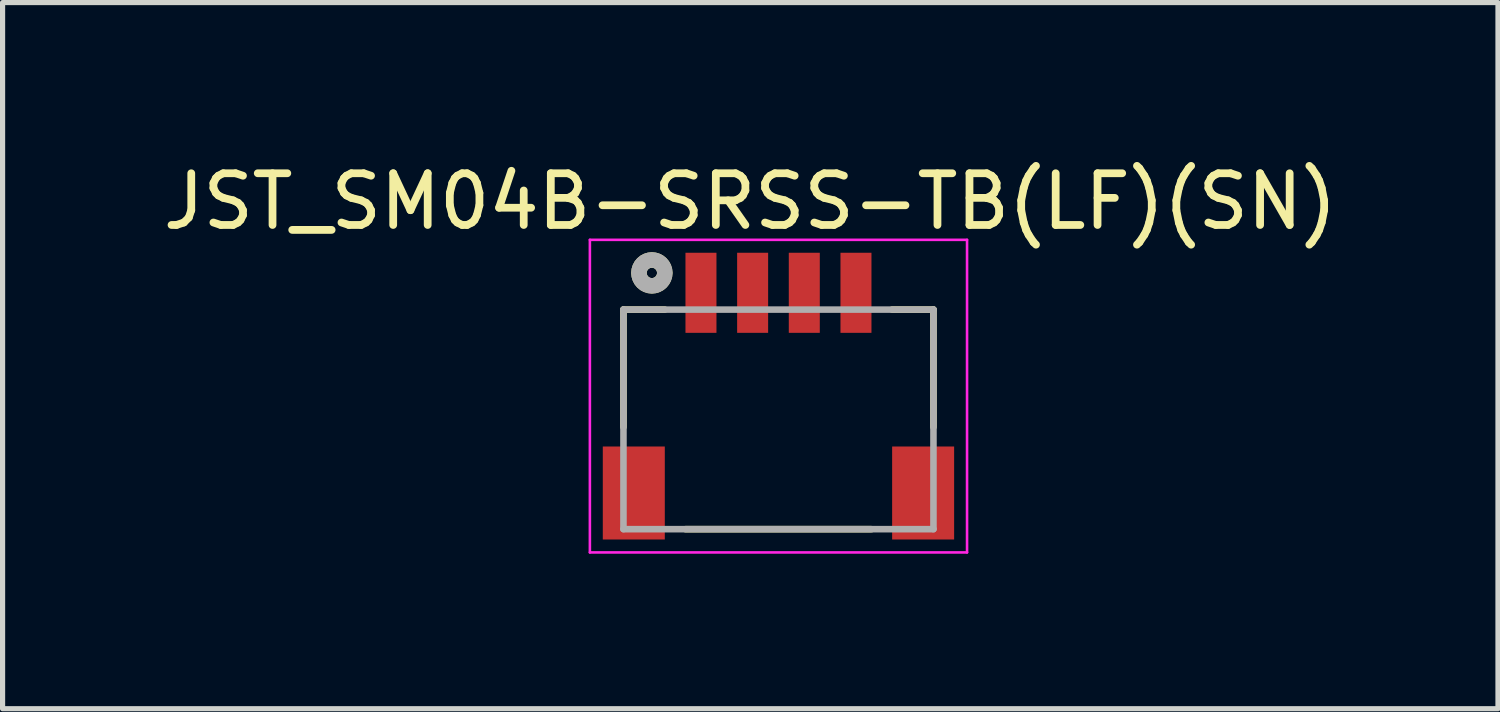
<source format=kicad_pcb>
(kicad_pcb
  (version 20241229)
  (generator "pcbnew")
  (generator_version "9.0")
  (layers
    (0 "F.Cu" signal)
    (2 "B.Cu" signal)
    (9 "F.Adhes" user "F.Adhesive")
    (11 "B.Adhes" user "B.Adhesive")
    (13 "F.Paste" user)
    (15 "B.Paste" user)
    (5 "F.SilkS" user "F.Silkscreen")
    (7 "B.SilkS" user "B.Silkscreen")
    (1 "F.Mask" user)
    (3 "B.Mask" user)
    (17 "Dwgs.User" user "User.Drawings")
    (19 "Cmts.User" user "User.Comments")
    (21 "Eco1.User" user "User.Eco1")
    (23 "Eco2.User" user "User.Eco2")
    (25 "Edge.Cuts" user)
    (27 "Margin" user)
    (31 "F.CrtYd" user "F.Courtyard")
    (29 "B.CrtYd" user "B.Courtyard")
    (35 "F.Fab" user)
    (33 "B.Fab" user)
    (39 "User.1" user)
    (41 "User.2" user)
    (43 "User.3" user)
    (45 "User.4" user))
  (footprint "JST_SM04B-SRSS-TB(LF)(SN)"
    (layer "F.Cu")
    (at 12.017 2.617)
    (property "Reference" "JST_SM04B-SRSS-TB(LF)(SN)" (at -0.545 -1.768 0) (layer "F.SilkS") (effects (font (size 1.001 1.001) (thickness 0.15))))
    (attr through_hole)
    (fp_line (start -3 0.325) (end -3 2.6) (stroke (width 0.127) (type solid)) (layer "F.SilkS"))
    (fp_line (start -2.2 0.325) (end -3 0.325) (stroke (width 0.127) (type solid)) (layer "F.SilkS"))
    (fp_line (start -1.8 4.575) (end 1.8 4.575) (stroke (width 0.127) (type solid)) (layer "F.SilkS"))
    (fp_line (start 2.2 0.325) (end 3 0.325) (stroke (width 0.127) (type solid)) (layer "F.SilkS"))
    (fp_line (start 3 0.325) (end 3 2.6) (stroke (width 0.127) (type solid)) (layer "F.SilkS"))
    (fp_circle (center -2.45 -0.385) (end -2.35 -0.385) (stroke (width 0.3) (type solid)) (fill no) (layer "F.SilkS"))
    (fp_line (start -3.65 -1.025) (end 3.65 -1.025) (stroke (width 0.05) (type solid)) (layer "F.CrtYd"))
    (fp_line (start -3.65 5.025) (end -3.65 -1.025) (stroke (width 0.05) (type solid)) (layer "F.CrtYd"))
    (fp_line (start 3.65 -1.025) (end 3.65 5.025) (stroke (width 0.05) (type solid)) (layer "F.CrtYd"))
    (fp_line (start 3.65 5.025) (end -3.65 5.025) (stroke (width 0.05) (type solid)) (layer "F.CrtYd"))
    (fp_line (start -3 0.325) (end 3 0.325) (stroke (width 0.127) (type solid)) (layer "F.Fab"))
    (fp_line (start -3 4.575) (end -3 0.325) (stroke (width 0.127) (type solid)) (layer "F.Fab"))
    (fp_line (start 3 0.325) (end 3 4.575) (stroke (width 0.127) (type solid)) (layer "F.Fab"))
    (fp_line (start 3 4.575) (end -3 4.575) (stroke (width 0.127) (type solid)) (layer "F.Fab"))
    (fp_circle (center -2.45 -0.385) (end -2.35 -0.385) (stroke (width 0.3) (type solid)) (fill no) (layer "F.Fab"))
    (pad "1" smd rect (at -1.5 0) (size 0.6 1.55) (layers "F.Cu" "F.Mask" "F.Paste"))
    (pad "2" smd rect (at -0.5 0) (size 0.6 1.55) (layers "F.Cu" "F.Mask" "F.Paste"))
    (pad "3" smd rect (at 0.5 0) (size 0.6 1.55) (layers "F.Cu" "F.Mask" "F.Paste"))
    (pad "4" smd rect (at 1.5 0) (size 0.6 1.55) (layers "F.Cu" "F.Mask" "F.Paste"))
    (pad "S1" smd rect (at -2.8 3.875 180) (size 1.2 1.8) (layers "F.Cu" "F.Mask" "F.Paste"))
    (pad "S2" smd rect (at 2.8 3.875 180) (size 1.2 1.8) (layers "F.Cu" "F.Mask" "F.Paste")))
  (gr_rect
    (start -3 -3)
    (end 25.943 10.667)
    (stroke (width 0.1) (type default))
    (fill no)
    (layer "Edge.Cuts")))
</source>
